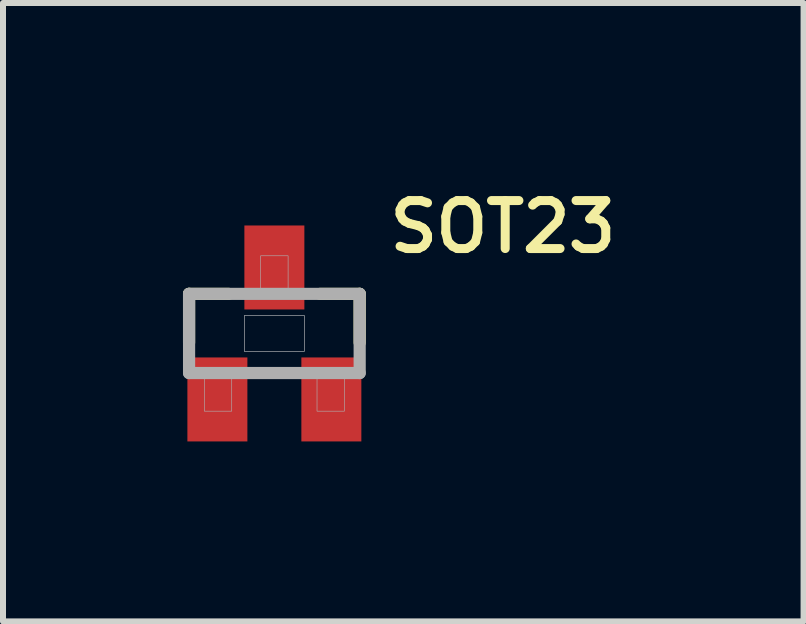
<source format=kicad_pcb>
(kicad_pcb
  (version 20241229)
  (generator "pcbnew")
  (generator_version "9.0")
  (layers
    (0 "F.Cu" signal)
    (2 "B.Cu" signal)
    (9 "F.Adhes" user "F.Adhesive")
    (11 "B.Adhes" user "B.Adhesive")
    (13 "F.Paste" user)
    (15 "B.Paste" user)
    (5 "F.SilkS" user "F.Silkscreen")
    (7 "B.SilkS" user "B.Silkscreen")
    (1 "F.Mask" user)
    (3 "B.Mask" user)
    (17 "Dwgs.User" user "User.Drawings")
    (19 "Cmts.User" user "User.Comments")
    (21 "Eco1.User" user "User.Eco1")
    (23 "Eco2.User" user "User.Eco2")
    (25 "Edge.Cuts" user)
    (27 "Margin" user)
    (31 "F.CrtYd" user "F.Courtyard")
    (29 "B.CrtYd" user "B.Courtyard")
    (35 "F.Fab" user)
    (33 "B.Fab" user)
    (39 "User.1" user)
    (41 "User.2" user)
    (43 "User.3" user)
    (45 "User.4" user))
  (footprint "SOT23"
    (layer "F.Cu")
    (at 1.524 2.509)
    (property "Reference" "SOT23" (at 3.81 -1.778 0) (layer "F.SilkS") (effects (font (size 0.8 0.8) (thickness 0.15))))
    (attr through_hole)
    (fp_line (start -1.422 -0.66) (end -0.764 -0.66) (stroke (width 0.203) (type solid)) (layer "F.SilkS"))
    (fp_line (start -1.422 0.152) (end -1.422 -0.66) (stroke (width 0.203) (type solid)) (layer "F.SilkS"))
    (fp_line (start 0.764 -0.66) (end 1.422 -0.66) (stroke (width 0.203) (type solid)) (layer "F.SilkS"))
    (fp_line (start 1.422 -0.66) (end 1.422 0.152) (stroke (width 0.203) (type solid)) (layer "F.SilkS"))
    (fp_poly (pts (xy -0.5 -0.3) (xy 0.5 -0.3) (xy 0.5 0.3) (xy -0.5 0.3)) (stroke (width 0.01) (type solid)) (fill no) (layer "Dwgs.User"))
    (fp_line (start -1.422 -0.66) (end 1.422 -0.66) (stroke (width 0.203) (type solid)) (layer "F.Fab"))
    (fp_line (start -1.422 0.66) (end -1.422 -0.66) (stroke (width 0.203) (type solid)) (layer "F.Fab"))
    (fp_line (start 1.422 -0.66) (end 1.422 0.66) (stroke (width 0.203) (type solid)) (layer "F.Fab"))
    (fp_line (start 1.422 0.66) (end -1.422 0.66) (stroke (width 0.203) (type solid)) (layer "F.Fab"))
    (fp_poly (pts (xy -1.168 0.711) (xy -0.711 0.711) (xy -0.711 1.295) (xy -1.168 1.295)) (stroke (width 0.01) (type solid)) (fill no) (layer "F.Fab"))
    (fp_poly (pts (xy -0.229 -1.295) (xy 0.229 -1.295) (xy 0.229 -0.711) (xy -0.229 -0.711)) (stroke (width 0.01) (type solid)) (fill no) (layer "F.Fab"))
    (fp_poly (pts (xy 0.711 0.711) (xy 1.168 0.711) (xy 1.168 1.295) (xy 0.711 1.295)) (stroke (width 0.01) (type solid)) (fill no) (layer "F.Fab"))
    (pad "1" smd rect (at -0.95 1.1) (size 1 1.4) (layers "F.Cu" "F.Mask" "F.Paste"))
    (pad "2" smd rect (at 0.95 1.1) (size 1 1.4) (layers "F.Cu" "F.Mask" "F.Paste"))
    (pad "3" smd rect (at 0 -1.1) (size 1 1.4) (layers "F.Cu" "F.Mask" "F.Paste")))
  (gr_rect
    (start -3 -3)
    (end 10.346 7.309)
    (stroke (width 0.1) (type default))
    (fill no)
    (layer "Edge.Cuts")))
</source>
